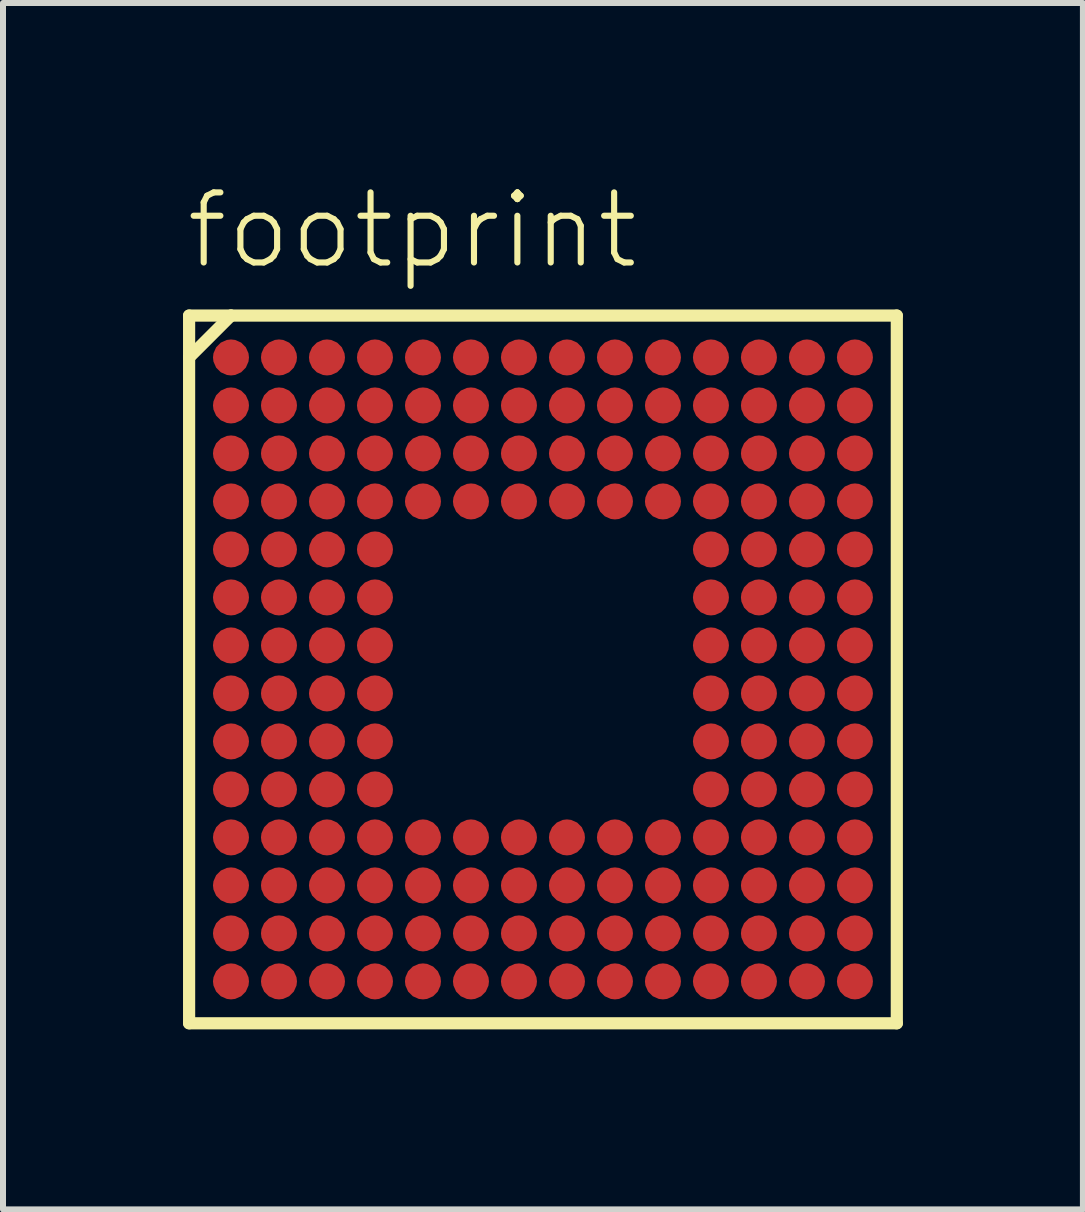
<source format=kicad_pcb>
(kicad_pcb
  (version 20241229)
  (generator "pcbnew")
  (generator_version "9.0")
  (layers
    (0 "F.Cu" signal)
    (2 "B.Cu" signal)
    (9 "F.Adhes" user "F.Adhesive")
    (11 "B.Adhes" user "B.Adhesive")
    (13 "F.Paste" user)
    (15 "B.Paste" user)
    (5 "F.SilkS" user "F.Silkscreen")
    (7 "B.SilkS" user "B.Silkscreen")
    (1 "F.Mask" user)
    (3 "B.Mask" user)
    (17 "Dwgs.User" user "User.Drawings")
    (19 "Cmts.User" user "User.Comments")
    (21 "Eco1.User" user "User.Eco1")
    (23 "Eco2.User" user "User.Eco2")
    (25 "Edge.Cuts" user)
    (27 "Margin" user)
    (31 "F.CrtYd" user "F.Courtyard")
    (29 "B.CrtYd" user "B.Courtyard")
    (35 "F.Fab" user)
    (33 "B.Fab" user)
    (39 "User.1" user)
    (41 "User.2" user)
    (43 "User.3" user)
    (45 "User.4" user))
  (footprint "footprint"
    (layer "F.Cu")
    (at 6 8.108)
    (property "Reference" "footprint" (at -6 -6.635 0) (layer "F.SilkS") (effects (font (size 1.168 1.168) (thickness 0.102)) (justify left bottom)))
    (fp_circle (center -5.2 -5.2) (end -5.05 -5.2) (stroke (width 0.3) (type solid)) (fill yes) (layer "F.Mask"))
    (fp_circle (center -5.2 -4.4) (end -5.05 -4.4) (stroke (width 0.3) (type solid)) (fill yes) (layer "F.Mask"))
    (fp_circle (center -5.2 -3.6) (end -5.05 -3.6) (stroke (width 0.3) (type solid)) (fill yes) (layer "F.Mask"))
    (fp_circle (center -5.2 -2.8) (end -5.05 -2.8) (stroke (width 0.3) (type solid)) (fill yes) (layer "F.Mask"))
    (fp_circle (center -5.2 -2) (end -5.05 -2) (stroke (width 0.3) (type solid)) (fill yes) (layer "F.Mask"))
    (fp_circle (center -5.2 -1.2) (end -5.05 -1.2) (stroke (width 0.3) (type solid)) (fill yes) (layer "F.Mask"))
    (fp_circle (center -5.2 -0.4) (end -5.05 -0.4) (stroke (width 0.3) (type solid)) (fill yes) (layer "F.Mask"))
    (fp_circle (center -5.2 0.4) (end -5.05 0.4) (stroke (width 0.3) (type solid)) (fill yes) (layer "F.Mask"))
    (fp_circle (center -5.2 1.2) (end -5.05 1.2) (stroke (width 0.3) (type solid)) (fill yes) (layer "F.Mask"))
    (fp_circle (center -5.2 2) (end -5.05 2) (stroke (width 0.3) (type solid)) (fill yes) (layer "F.Mask"))
    (fp_circle (center -5.2 2.8) (end -5.05 2.8) (stroke (width 0.3) (type solid)) (fill yes) (layer "F.Mask"))
    (fp_circle (center -5.2 3.6) (end -5.05 3.6) (stroke (width 0.3) (type solid)) (fill yes) (layer "F.Mask"))
    (fp_circle (center -5.2 4.4) (end -5.05 4.4) (stroke (width 0.3) (type solid)) (fill yes) (layer "F.Mask"))
    (fp_circle (center -5.2 5.2) (end -5.05 5.2) (stroke (width 0.3) (type solid)) (fill yes) (layer "F.Mask"))
    (fp_circle (center -4.4 -5.2) (end -4.25 -5.2) (stroke (width 0.3) (type solid)) (fill yes) (layer "F.Mask"))
    (fp_circle (center -4.4 -4.4) (end -4.25 -4.4) (stroke (width 0.3) (type solid)) (fill yes) (layer "F.Mask"))
    (fp_circle (center -4.4 -3.6) (end -4.25 -3.6) (stroke (width 0.3) (type solid)) (fill yes) (layer "F.Mask"))
    (fp_circle (center -4.4 -2.8) (end -4.25 -2.8) (stroke (width 0.3) (type solid)) (fill yes) (layer "F.Mask"))
    (fp_circle (center -4.4 -2) (end -4.25 -2) (stroke (width 0.3) (type solid)) (fill yes) (layer "F.Mask"))
    (fp_circle (center -4.4 -1.2) (end -4.25 -1.2) (stroke (width 0.3) (type solid)) (fill yes) (layer "F.Mask"))
    (fp_circle (center -4.4 -0.4) (end -4.25 -0.4) (stroke (width 0.3) (type solid)) (fill yes) (layer "F.Mask"))
    (fp_circle (center -4.4 0.4) (end -4.25 0.4) (stroke (width 0.3) (type solid)) (fill yes) (layer "F.Mask"))
    (fp_circle (center -4.4 1.2) (end -4.25 1.2) (stroke (width 0.3) (type solid)) (fill yes) (layer "F.Mask"))
    (fp_circle (center -4.4 2) (end -4.25 2) (stroke (width 0.3) (type solid)) (fill yes) (layer "F.Mask"))
    (fp_circle (center -4.4 2.8) (end -4.25 2.8) (stroke (width 0.3) (type solid)) (fill yes) (layer "F.Mask"))
    (fp_circle (center -4.4 3.6) (end -4.25 3.6) (stroke (width 0.3) (type solid)) (fill yes) (layer "F.Mask"))
    (fp_circle (center -4.4 4.4) (end -4.25 4.4) (stroke (width 0.3) (type solid)) (fill yes) (layer "F.Mask"))
    (fp_circle (center -4.4 5.2) (end -4.25 5.2) (stroke (width 0.3) (type solid)) (fill yes) (layer "F.Mask"))
    (fp_circle (center -3.6 -5.2) (end -3.45 -5.2) (stroke (width 0.3) (type solid)) (fill yes) (layer "F.Mask"))
    (fp_circle (center -3.6 -4.4) (end -3.45 -4.4) (stroke (width 0.3) (type solid)) (fill yes) (layer "F.Mask"))
    (fp_circle (center -3.6 -3.6) (end -3.45 -3.6) (stroke (width 0.3) (type solid)) (fill yes) (layer "F.Mask"))
    (fp_circle (center -3.6 -2.8) (end -3.45 -2.8) (stroke (width 0.3) (type solid)) (fill yes) (layer "F.Mask"))
    (fp_circle (center -3.6 -2) (end -3.45 -2) (stroke (width 0.3) (type solid)) (fill yes) (layer "F.Mask"))
    (fp_circle (center -3.6 -1.2) (end -3.45 -1.2) (stroke (width 0.3) (type solid)) (fill yes) (layer "F.Mask"))
    (fp_circle (center -3.6 -0.4) (end -3.45 -0.4) (stroke (width 0.3) (type solid)) (fill yes) (layer "F.Mask"))
    (fp_circle (center -3.6 0.4) (end -3.45 0.4) (stroke (width 0.3) (type solid)) (fill yes) (layer "F.Mask"))
    (fp_circle (center -3.6 1.2) (end -3.45 1.2) (stroke (width 0.3) (type solid)) (fill yes) (layer "F.Mask"))
    (fp_circle (center -3.6 2) (end -3.45 2) (stroke (width 0.3) (type solid)) (fill yes) (layer "F.Mask"))
    (fp_circle (center -3.6 2.8) (end -3.45 2.8) (stroke (width 0.3) (type solid)) (fill yes) (layer "F.Mask"))
    (fp_circle (center -3.6 3.6) (end -3.45 3.6) (stroke (width 0.3) (type solid)) (fill yes) (layer "F.Mask"))
    (fp_circle (center -3.6 4.4) (end -3.45 4.4) (stroke (width 0.3) (type solid)) (fill yes) (layer "F.Mask"))
    (fp_circle (center -3.6 5.2) (end -3.45 5.2) (stroke (width 0.3) (type solid)) (fill yes) (layer "F.Mask"))
    (fp_circle (center -2.8 -5.2) (end -2.65 -5.2) (stroke (width 0.3) (type solid)) (fill yes) (layer "F.Mask"))
    (fp_circle (center -2.8 -4.4) (end -2.65 -4.4) (stroke (width 0.3) (type solid)) (fill yes) (layer "F.Mask"))
    (fp_circle (center -2.8 -3.6) (end -2.65 -3.6) (stroke (width 0.3) (type solid)) (fill yes) (layer "F.Mask"))
    (fp_circle (center -2.8 -2.8) (end -2.65 -2.8) (stroke (width 0.3) (type solid)) (fill yes) (layer "F.Mask"))
    (fp_circle (center -2.8 -2) (end -2.65 -2) (stroke (width 0.3) (type solid)) (fill yes) (layer "F.Mask"))
    (fp_circle (center -2.8 -1.2) (end -2.65 -1.2) (stroke (width 0.3) (type solid)) (fill yes) (layer "F.Mask"))
    (fp_circle (center -2.8 -0.4) (end -2.65 -0.4) (stroke (width 0.3) (type solid)) (fill yes) (layer "F.Mask"))
    (fp_circle (center -2.8 0.4) (end -2.65 0.4) (stroke (width 0.3) (type solid)) (fill yes) (layer "F.Mask"))
    (fp_circle (center -2.8 1.2) (end -2.65 1.2) (stroke (width 0.3) (type solid)) (fill yes) (layer "F.Mask"))
    (fp_circle (center -2.8 2) (end -2.65 2) (stroke (width 0.3) (type solid)) (fill yes) (layer "F.Mask"))
    (fp_circle (center -2.8 2.8) (end -2.65 2.8) (stroke (width 0.3) (type solid)) (fill yes) (layer "F.Mask"))
    (fp_circle (center -2.8 3.6) (end -2.65 3.6) (stroke (width 0.3) (type solid)) (fill yes) (layer "F.Mask"))
    (fp_circle (center -2.8 4.4) (end -2.65 4.4) (stroke (width 0.3) (type solid)) (fill yes) (layer "F.Mask"))
    (fp_circle (center -2.8 5.2) (end -2.65 5.2) (stroke (width 0.3) (type solid)) (fill yes) (layer "F.Mask"))
    (fp_circle (center -2 -5.2) (end -1.85 -5.2) (stroke (width 0.3) (type solid)) (fill yes) (layer "F.Mask"))
    (fp_circle (center -2 -4.4) (end -1.85 -4.4) (stroke (width 0.3) (type solid)) (fill yes) (layer "F.Mask"))
    (fp_circle (center -2 -3.6) (end -1.85 -3.6) (stroke (width 0.3) (type solid)) (fill yes) (layer "F.Mask"))
    (fp_circle (center -2 -2.8) (end -1.85 -2.8) (stroke (width 0.3) (type solid)) (fill yes) (layer "F.Mask"))
    (fp_circle (center -2 2.8) (end -1.85 2.8) (stroke (width 0.3) (type solid)) (fill yes) (layer "F.Mask"))
    (fp_circle (center -2 3.6) (end -1.85 3.6) (stroke (width 0.3) (type solid)) (fill yes) (layer "F.Mask"))
    (fp_circle (center -2 4.4) (end -1.85 4.4) (stroke (width 0.3) (type solid)) (fill yes) (layer "F.Mask"))
    (fp_circle (center -2 5.2) (end -1.85 5.2) (stroke (width 0.3) (type solid)) (fill yes) (layer "F.Mask"))
    (fp_circle (center -1.2 -5.2) (end -1.05 -5.2) (stroke (width 0.3) (type solid)) (fill yes) (layer "F.Mask"))
    (fp_circle (center -1.2 -4.4) (end -1.05 -4.4) (stroke (width 0.3) (type solid)) (fill yes) (layer "F.Mask"))
    (fp_circle (center -1.2 -3.6) (end -1.05 -3.6) (stroke (width 0.3) (type solid)) (fill yes) (layer "F.Mask"))
    (fp_circle (center -1.2 -2.8) (end -1.05 -2.8) (stroke (width 0.3) (type solid)) (fill yes) (layer "F.Mask"))
    (fp_circle (center -1.2 2.8) (end -1.05 2.8) (stroke (width 0.3) (type solid)) (fill yes) (layer "F.Mask"))
    (fp_circle (center -1.2 3.6) (end -1.05 3.6) (stroke (width 0.3) (type solid)) (fill yes) (layer "F.Mask"))
    (fp_circle (center -1.2 4.4) (end -1.05 4.4) (stroke (width 0.3) (type solid)) (fill yes) (layer "F.Mask"))
    (fp_circle (center -1.2 5.2) (end -1.05 5.2) (stroke (width 0.3) (type solid)) (fill yes) (layer "F.Mask"))
    (fp_circle (center -0.4 -5.2) (end -0.25 -5.2) (stroke (width 0.3) (type solid)) (fill yes) (layer "F.Mask"))
    (fp_circle (center -0.4 -4.4) (end -0.25 -4.4) (stroke (width 0.3) (type solid)) (fill yes) (layer "F.Mask"))
    (fp_circle (center -0.4 -3.6) (end -0.25 -3.6) (stroke (width 0.3) (type solid)) (fill yes) (layer "F.Mask"))
    (fp_circle (center -0.4 -2.8) (end -0.25 -2.8) (stroke (width 0.3) (type solid)) (fill yes) (layer "F.Mask"))
    (fp_circle (center -0.4 2.8) (end -0.25 2.8) (stroke (width 0.3) (type solid)) (fill yes) (layer "F.Mask"))
    (fp_circle (center -0.4 3.6) (end -0.25 3.6) (stroke (width 0.3) (type solid)) (fill yes) (layer "F.Mask"))
    (fp_circle (center -0.4 4.4) (end -0.25 4.4) (stroke (width 0.3) (type solid)) (fill yes) (layer "F.Mask"))
    (fp_circle (center -0.4 5.2) (end -0.25 5.2) (stroke (width 0.3) (type solid)) (fill yes) (layer "F.Mask"))
    (fp_circle (center 0.4 -5.2) (end 0.55 -5.2) (stroke (width 0.3) (type solid)) (fill yes) (layer "F.Mask"))
    (fp_circle (center 0.4 -4.4) (end 0.55 -4.4) (stroke (width 0.3) (type solid)) (fill yes) (layer "F.Mask"))
    (fp_circle (center 0.4 -3.6) (end 0.55 -3.6) (stroke (width 0.3) (type solid)) (fill yes) (layer "F.Mask"))
    (fp_circle (center 0.4 -2.8) (end 0.55 -2.8) (stroke (width 0.3) (type solid)) (fill yes) (layer "F.Mask"))
    (fp_circle (center 0.4 2.8) (end 0.55 2.8) (stroke (width 0.3) (type solid)) (fill yes) (layer "F.Mask"))
    (fp_circle (center 0.4 3.6) (end 0.55 3.6) (stroke (width 0.3) (type solid)) (fill yes) (layer "F.Mask"))
    (fp_circle (center 0.4 4.4) (end 0.55 4.4) (stroke (width 0.3) (type solid)) (fill yes) (layer "F.Mask"))
    (fp_circle (center 0.4 5.2) (end 0.55 5.2) (stroke (width 0.3) (type solid)) (fill yes) (layer "F.Mask"))
    (fp_circle (center 1.2 -5.2) (end 1.35 -5.2) (stroke (width 0.3) (type solid)) (fill yes) (layer "F.Mask"))
    (fp_circle (center 1.2 -4.4) (end 1.35 -4.4) (stroke (width 0.3) (type solid)) (fill yes) (layer "F.Mask"))
    (fp_circle (center 1.2 -3.6) (end 1.35 -3.6) (stroke (width 0.3) (type solid)) (fill yes) (layer "F.Mask"))
    (fp_circle (center 1.2 -2.8) (end 1.35 -2.8) (stroke (width 0.3) (type solid)) (fill yes) (layer "F.Mask"))
    (fp_circle (center 1.2 2.8) (end 1.35 2.8) (stroke (width 0.3) (type solid)) (fill yes) (layer "F.Mask"))
    (fp_circle (center 1.2 3.6) (end 1.35 3.6) (stroke (width 0.3) (type solid)) (fill yes) (layer "F.Mask"))
    (fp_circle (center 1.2 4.4) (end 1.35 4.4) (stroke (width 0.3) (type solid)) (fill yes) (layer "F.Mask"))
    (fp_circle (center 1.2 5.2) (end 1.35 5.2) (stroke (width 0.3) (type solid)) (fill yes) (layer "F.Mask"))
    (fp_circle (center 2 -5.2) (end 2.15 -5.2) (stroke (width 0.3) (type solid)) (fill yes) (layer "F.Mask"))
    (fp_circle (center 2 -4.4) (end 2.15 -4.4) (stroke (width 0.3) (type solid)) (fill yes) (layer "F.Mask"))
    (fp_circle (center 2 -3.6) (end 2.15 -3.6) (stroke (width 0.3) (type solid)) (fill yes) (layer "F.Mask"))
    (fp_circle (center 2 -2.8) (end 2.15 -2.8) (stroke (width 0.3) (type solid)) (fill yes) (layer "F.Mask"))
    (fp_circle (center 2 2.8) (end 2.15 2.8) (stroke (width 0.3) (type solid)) (fill yes) (layer "F.Mask"))
    (fp_circle (center 2 3.6) (end 2.15 3.6) (stroke (width 0.3) (type solid)) (fill yes) (layer "F.Mask"))
    (fp_circle (center 2 4.4) (end 2.15 4.4) (stroke (width 0.3) (type solid)) (fill yes) (layer "F.Mask"))
    (fp_circle (center 2 5.2) (end 2.15 5.2) (stroke (width 0.3) (type solid)) (fill yes) (layer "F.Mask"))
    (fp_circle (center 2.8 -5.2) (end 2.95 -5.2) (stroke (width 0.3) (type solid)) (fill yes) (layer "F.Mask"))
    (fp_circle (center 2.8 -4.4) (end 2.95 -4.4) (stroke (width 0.3) (type solid)) (fill yes) (layer "F.Mask"))
    (fp_circle (center 2.8 -3.6) (end 2.95 -3.6) (stroke (width 0.3) (type solid)) (fill yes) (layer "F.Mask"))
    (fp_circle (center 2.8 -2.8) (end 2.95 -2.8) (stroke (width 0.3) (type solid)) (fill yes) (layer "F.Mask"))
    (fp_circle (center 2.8 -2) (end 2.95 -2) (stroke (width 0.3) (type solid)) (fill yes) (layer "F.Mask"))
    (fp_circle (center 2.8 -1.2) (end 2.95 -1.2) (stroke (width 0.3) (type solid)) (fill yes) (layer "F.Mask"))
    (fp_circle (center 2.8 -0.4) (end 2.95 -0.4) (stroke (width 0.3) (type solid)) (fill yes) (layer "F.Mask"))
    (fp_circle (center 2.8 0.4) (end 2.95 0.4) (stroke (width 0.3) (type solid)) (fill yes) (layer "F.Mask"))
    (fp_circle (center 2.8 1.2) (end 2.95 1.2) (stroke (width 0.3) (type solid)) (fill yes) (layer "F.Mask"))
    (fp_circle (center 2.8 2) (end 2.95 2) (stroke (width 0.3) (type solid)) (fill yes) (layer "F.Mask"))
    (fp_circle (center 2.8 2.8) (end 2.95 2.8) (stroke (width 0.3) (type solid)) (fill yes) (layer "F.Mask"))
    (fp_circle (center 2.8 3.6) (end 2.95 3.6) (stroke (width 0.3) (type solid)) (fill yes) (layer "F.Mask"))
    (fp_circle (center 2.8 4.4) (end 2.95 4.4) (stroke (width 0.3) (type solid)) (fill yes) (layer "F.Mask"))
    (fp_circle (center 2.8 5.2) (end 2.95 5.2) (stroke (width 0.3) (type solid)) (fill yes) (layer "F.Mask"))
    (fp_circle (center 3.6 -5.2) (end 3.75 -5.2) (stroke (width 0.3) (type solid)) (fill yes) (layer "F.Mask"))
    (fp_circle (center 3.6 -4.4) (end 3.75 -4.4) (stroke (width 0.3) (type solid)) (fill yes) (layer "F.Mask"))
    (fp_circle (center 3.6 -3.6) (end 3.75 -3.6) (stroke (width 0.3) (type solid)) (fill yes) (layer "F.Mask"))
    (fp_circle (center 3.6 -2.8) (end 3.75 -2.8) (stroke (width 0.3) (type solid)) (fill yes) (layer "F.Mask"))
    (fp_circle (center 3.6 -2) (end 3.75 -2) (stroke (width 0.3) (type solid)) (fill yes) (layer "F.Mask"))
    (fp_circle (center 3.6 -1.2) (end 3.75 -1.2) (stroke (width 0.3) (type solid)) (fill yes) (layer "F.Mask"))
    (fp_circle (center 3.6 -0.4) (end 3.75 -0.4) (stroke (width 0.3) (type solid)) (fill yes) (layer "F.Mask"))
    (fp_circle (center 3.6 0.4) (end 3.75 0.4) (stroke (width 0.3) (type solid)) (fill yes) (layer "F.Mask"))
    (fp_circle (center 3.6 1.2) (end 3.75 1.2) (stroke (width 0.3) (type solid)) (fill yes) (layer "F.Mask"))
    (fp_circle (center 3.6 2) (end 3.75 2) (stroke (width 0.3) (type solid)) (fill yes) (layer "F.Mask"))
    (fp_circle (center 3.6 2.8) (end 3.75 2.8) (stroke (width 0.3) (type solid)) (fill yes) (layer "F.Mask"))
    (fp_circle (center 3.6 3.6) (end 3.75 3.6) (stroke (width 0.3) (type solid)) (fill yes) (layer "F.Mask"))
    (fp_circle (center 3.6 4.4) (end 3.75 4.4) (stroke (width 0.3) (type solid)) (fill yes) (layer "F.Mask"))
    (fp_circle (center 3.6 5.2) (end 3.75 5.2) (stroke (width 0.3) (type solid)) (fill yes) (layer "F.Mask"))
    (fp_circle (center 4.4 -5.2) (end 4.55 -5.2) (stroke (width 0.3) (type solid)) (fill yes) (layer "F.Mask"))
    (fp_circle (center 4.4 -4.4) (end 4.55 -4.4) (stroke (width 0.3) (type solid)) (fill yes) (layer "F.Mask"))
    (fp_circle (center 4.4 -3.6) (end 4.55 -3.6) (stroke (width 0.3) (type solid)) (fill yes) (layer "F.Mask"))
    (fp_circle (center 4.4 -2.8) (end 4.55 -2.8) (stroke (width 0.3) (type solid)) (fill yes) (layer "F.Mask"))
    (fp_circle (center 4.4 -2) (end 4.55 -2) (stroke (width 0.3) (type solid)) (fill yes) (layer "F.Mask"))
    (fp_circle (center 4.4 -1.2) (end 4.55 -1.2) (stroke (width 0.3) (type solid)) (fill yes) (layer "F.Mask"))
    (fp_circle (center 4.4 -0.4) (end 4.55 -0.4) (stroke (width 0.3) (type solid)) (fill yes) (layer "F.Mask"))
    (fp_circle (center 4.4 0.4) (end 4.55 0.4) (stroke (width 0.3) (type solid)) (fill yes) (layer "F.Mask"))
    (fp_circle (center 4.4 1.2) (end 4.55 1.2) (stroke (width 0.3) (type solid)) (fill yes) (layer "F.Mask"))
    (fp_circle (center 4.4 2) (end 4.55 2) (stroke (width 0.3) (type solid)) (fill yes) (layer "F.Mask"))
    (fp_circle (center 4.4 2.8) (end 4.55 2.8) (stroke (width 0.3) (type solid)) (fill yes) (layer "F.Mask"))
    (fp_circle (center 4.4 3.6) (end 4.55 3.6) (stroke (width 0.3) (type solid)) (fill yes) (layer "F.Mask"))
    (fp_circle (center 4.4 4.4) (end 4.55 4.4) (stroke (width 0.3) (type solid)) (fill yes) (layer "F.Mask"))
    (fp_circle (center 4.4 5.2) (end 4.55 5.2) (stroke (width 0.3) (type solid)) (fill yes) (layer "F.Mask"))
    (fp_circle (center 5.2 -5.2) (end 5.35 -5.2) (stroke (width 0.3) (type solid)) (fill yes) (layer "F.Mask"))
    (fp_circle (center 5.2 -4.4) (end 5.35 -4.4) (stroke (width 0.3) (type solid)) (fill yes) (layer "F.Mask"))
    (fp_circle (center 5.2 -3.6) (end 5.35 -3.6) (stroke (width 0.3) (type solid)) (fill yes) (layer "F.Mask"))
    (fp_circle (center 5.2 -2.8) (end 5.35 -2.8) (stroke (width 0.3) (type solid)) (fill yes) (layer "F.Mask"))
    (fp_circle (center 5.2 -2) (end 5.35 -2) (stroke (width 0.3) (type solid)) (fill yes) (layer "F.Mask"))
    (fp_circle (center 5.2 -1.2) (end 5.35 -1.2) (stroke (width 0.3) (type solid)) (fill yes) (layer "F.Mask"))
    (fp_circle (center 5.2 -0.4) (end 5.35 -0.4) (stroke (width 0.3) (type solid)) (fill yes) (layer "F.Mask"))
    (fp_circle (center 5.2 0.4) (end 5.35 0.4) (stroke (width 0.3) (type solid)) (fill yes) (layer "F.Mask"))
    (fp_circle (center 5.2 1.2) (end 5.35 1.2) (stroke (width 0.3) (type solid)) (fill yes) (layer "F.Mask"))
    (fp_circle (center 5.2 2) (end 5.35 2) (stroke (width 0.3) (type solid)) (fill yes) (layer "F.Mask"))
    (fp_circle (center 5.2 2.8) (end 5.35 2.8) (stroke (width 0.3) (type solid)) (fill yes) (layer "F.Mask"))
    (fp_circle (center 5.2 3.6) (end 5.35 3.6) (stroke (width 0.3) (type solid)) (fill yes) (layer "F.Mask"))
    (fp_circle (center 5.2 4.4) (end 5.35 4.4) (stroke (width 0.3) (type solid)) (fill yes) (layer "F.Mask"))
    (fp_circle (center 5.2 5.2) (end 5.35 5.2) (stroke (width 0.3) (type solid)) (fill yes) (layer "F.Mask"))
    (fp_line (start -5.898 -5.898) (end -5.898 -5.2) (stroke (width 0.203) (type solid)) (layer "F.SilkS"))
    (fp_line (start -5.898 -5.2) (end -5.898 5.898) (stroke (width 0.203) (type solid)) (layer "F.SilkS"))
    (fp_line (start -5.898 -5.2) (end -5.2 -5.898) (stroke (width 0.203) (type solid)) (layer "F.SilkS"))
    (fp_line (start -5.898 5.898) (end 5.898 5.898) (stroke (width 0.203) (type solid)) (layer "F.SilkS"))
    (fp_line (start -5.2 -5.898) (end -5.898 -5.898) (stroke (width 0.203) (type solid)) (layer "F.SilkS"))
    (fp_line (start 5.898 -5.898) (end -5.2 -5.898) (stroke (width 0.203) (type solid)) (layer "F.SilkS"))
    (fp_line (start 5.898 5.898) (end 5.898 -5.898) (stroke (width 0.203) (type solid)) (layer "F.SilkS"))
    (pad "A1" smd roundrect (at -5.2 -5.2) (size 0.6 0.6) (layers "F.Cu") (roundrect_rratio 0.5))
    (pad "A2" smd roundrect (at -4.4 -5.2) (size 0.6 0.6) (layers "F.Cu") (roundrect_rratio 0.5))
    (pad "A3" smd roundrect (at -3.6 -5.2) (size 0.6 0.6) (layers "F.Cu") (roundrect_rratio 0.5))
    (pad "A4" smd roundrect (at -2.8 -5.2) (size 0.6 0.6) (layers "F.Cu") (roundrect_rratio 0.5))
    (pad "A5" smd roundrect (at -2 -5.2) (size 0.6 0.6) (layers "F.Cu") (roundrect_rratio 0.5))
    (pad "A6" smd roundrect (at -1.2 -5.2) (size 0.6 0.6) (layers "F.Cu") (roundrect_rratio 0.5))
    (pad "A7" smd roundrect (at -0.4 -5.2) (size 0.6 0.6) (layers "F.Cu") (roundrect_rratio 0.5))
    (pad "A8" smd roundrect (at 0.4 -5.2) (size 0.6 0.6) (layers "F.Cu") (roundrect_rratio 0.5))
    (pad "A9" smd roundrect (at 1.2 -5.2) (size 0.6 0.6) (layers "F.Cu") (roundrect_rratio 0.5))
    (pad "A10" smd roundrect (at 2 -5.2) (size 0.6 0.6) (layers "F.Cu") (roundrect_rratio 0.5))
    (pad "A11" smd roundrect (at 2.8 -5.2) (size 0.6 0.6) (layers "F.Cu") (roundrect_rratio 0.5))
    (pad "A12" smd roundrect (at 3.6 -5.2) (size 0.6 0.6) (layers "F.Cu") (roundrect_rratio 0.5))
    (pad "A13" smd roundrect (at 4.4 -5.2) (size 0.6 0.6) (layers "F.Cu") (roundrect_rratio 0.5))
    (pad "A14" smd roundrect (at 5.2 -5.2) (size 0.6 0.6) (layers "F.Cu") (roundrect_rratio 0.5))
    (pad "B1" smd roundrect (at -5.2 -4.4) (size 0.6 0.6) (layers "F.Cu") (roundrect_rratio 0.5))
    (pad "B2" smd roundrect (at -4.4 -4.4) (size 0.6 0.6) (layers "F.Cu") (roundrect_rratio 0.5))
    (pad "B3" smd roundrect (at -3.6 -4.4) (size 0.6 0.6) (layers "F.Cu") (roundrect_rratio 0.5))
    (pad "B4" smd roundrect (at -2.8 -4.4) (size 0.6 0.6) (layers "F.Cu") (roundrect_rratio 0.5))
    (pad "B5" smd roundrect (at -2 -4.4) (size 0.6 0.6) (layers "F.Cu") (roundrect_rratio 0.5))
    (pad "B6" smd roundrect (at -1.2 -4.4) (size 0.6 0.6) (layers "F.Cu") (roundrect_rratio 0.5))
    (pad "B7" smd roundrect (at -0.4 -4.4) (size 0.6 0.6) (layers "F.Cu") (roundrect_rratio 0.5))
    (pad "B8" smd roundrect (at 0.4 -4.4) (size 0.6 0.6) (layers "F.Cu") (roundrect_rratio 0.5))
    (pad "B9" smd roundrect (at 1.2 -4.4) (size 0.6 0.6) (layers "F.Cu") (roundrect_rratio 0.5))
    (pad "B10" smd roundrect (at 2 -4.4) (size 0.6 0.6) (layers "F.Cu") (roundrect_rratio 0.5))
    (pad "B11" smd roundrect (at 2.8 -4.4) (size 0.6 0.6) (layers "F.Cu") (roundrect_rratio 0.5))
    (pad "B12" smd roundrect (at 3.6 -4.4) (size 0.6 0.6) (layers "F.Cu") (roundrect_rratio 0.5))
    (pad "B13" smd roundrect (at 4.4 -4.4) (size 0.6 0.6) (layers "F.Cu") (roundrect_rratio 0.5))
    (pad "B14" smd roundrect (at 5.2 -4.4) (size 0.6 0.6) (layers "F.Cu") (roundrect_rratio 0.5))
    (pad "C1" smd roundrect (at -5.2 -3.6) (size 0.6 0.6) (layers "F.Cu") (roundrect_rratio 0.5))
    (pad "C2" smd roundrect (at -4.4 -3.6) (size 0.6 0.6) (layers "F.Cu") (roundrect_rratio 0.5))
    (pad "C3" smd roundrect (at -3.6 -3.6) (size 0.6 0.6) (layers "F.Cu") (roundrect_rratio 0.5))
    (pad "C4" smd roundrect (at -2.8 -3.6) (size 0.6 0.6) (layers "F.Cu") (roundrect_rratio 0.5))
    (pad "C5" smd roundrect (at -2 -3.6) (size 0.6 0.6) (layers "F.Cu") (roundrect_rratio 0.5))
    (pad "C6" smd roundrect (at -1.2 -3.6) (size 0.6 0.6) (layers "F.Cu") (roundrect_rratio 0.5))
    (pad "C7" smd roundrect (at -0.4 -3.6) (size 0.6 0.6) (layers "F.Cu") (roundrect_rratio 0.5))
    (pad "C8" smd roundrect (at 0.4 -3.6) (size 0.6 0.6) (layers "F.Cu") (roundrect_rratio 0.5))
    (pad "C9" smd roundrect (at 1.2 -3.6) (size 0.6 0.6) (layers "F.Cu") (roundrect_rratio 0.5))
    (pad "C10" smd roundrect (at 2 -3.6) (size 0.6 0.6) (layers "F.Cu") (roundrect_rratio 0.5))
    (pad "C11" smd roundrect (at 2.8 -3.6) (size 0.6 0.6) (layers "F.Cu") (roundrect_rratio 0.5))
    (pad "C12" smd roundrect (at 3.6 -3.6) (size 0.6 0.6) (layers "F.Cu") (roundrect_rratio 0.5))
    (pad "C13" smd roundrect (at 4.4 -3.6) (size 0.6 0.6) (layers "F.Cu") (roundrect_rratio 0.5))
    (pad "C14" smd roundrect (at 5.2 -3.6) (size 0.6 0.6) (layers "F.Cu") (roundrect_rratio 0.5))
    (pad "D1" smd roundrect (at -5.2 -2.8) (size 0.6 0.6) (layers "F.Cu") (roundrect_rratio 0.5))
    (pad "D2" smd roundrect (at -4.4 -2.8) (size 0.6 0.6) (layers "F.Cu") (roundrect_rratio 0.5))
    (pad "D3" smd roundrect (at -3.6 -2.8) (size 0.6 0.6) (layers "F.Cu") (roundrect_rratio 0.5))
    (pad "D4" smd roundrect (at -2.8 -2.8) (size 0.6 0.6) (layers "F.Cu") (roundrect_rratio 0.5))
    (pad "D5" smd roundrect (at -2 -2.8) (size 0.6 0.6) (layers "F.Cu") (roundrect_rratio 0.5))
    (pad "D6" smd roundrect (at -1.2 -2.8) (size 0.6 0.6) (layers "F.Cu") (roundrect_rratio 0.5))
    (pad "D7" smd roundrect (at -0.4 -2.8) (size 0.6 0.6) (layers "F.Cu") (roundrect_rratio 0.5))
    (pad "D8" smd roundrect (at 0.4 -2.8) (size 0.6 0.6) (layers "F.Cu") (roundrect_rratio 0.5))
    (pad "D9" smd roundrect (at 1.2 -2.8) (size 0.6 0.6) (layers "F.Cu") (roundrect_rratio 0.5))
    (pad "D10" smd roundrect (at 2 -2.8) (size 0.6 0.6) (layers "F.Cu") (roundrect_rratio 0.5))
    (pad "D11" smd roundrect (at 2.8 -2.8) (size 0.6 0.6) (layers "F.Cu") (roundrect_rratio 0.5))
    (pad "D12" smd roundrect (at 3.6 -2.8) (size 0.6 0.6) (layers "F.Cu") (roundrect_rratio 0.5))
    (pad "D13" smd roundrect (at 4.4 -2.8) (size 0.6 0.6) (layers "F.Cu") (roundrect_rratio 0.5))
    (pad "D14" smd roundrect (at 5.2 -2.8) (size 0.6 0.6) (layers "F.Cu") (roundrect_rratio 0.5))
    (pad "E1" smd roundrect (at -5.2 -2) (size 0.6 0.6) (layers "F.Cu") (roundrect_rratio 0.5))
    (pad "E2" smd roundrect (at -4.4 -2) (size 0.6 0.6) (layers "F.Cu") (roundrect_rratio 0.5))
    (pad "E3" smd roundrect (at -3.6 -2) (size 0.6 0.6) (layers "F.Cu") (roundrect_rratio 0.5))
    (pad "E4" smd roundrect (at -2.8 -2) (size 0.6 0.6) (layers "F.Cu") (roundrect_rratio 0.5))
    (pad "E11" smd roundrect (at 2.8 -2) (size 0.6 0.6) (layers "F.Cu") (roundrect_rratio 0.5))
    (pad "E12" smd roundrect (at 3.6 -2) (size 0.6 0.6) (layers "F.Cu") (roundrect_rratio 0.5))
    (pad "E13" smd roundrect (at 4.4 -2) (size 0.6 0.6) (layers "F.Cu") (roundrect_rratio 0.5))
    (pad "E14" smd roundrect (at 5.2 -2) (size 0.6 0.6) (layers "F.Cu") (roundrect_rratio 0.5))
    (pad "F1" smd roundrect (at -5.2 -1.2) (size 0.6 0.6) (layers "F.Cu") (roundrect_rratio 0.5))
    (pad "F2" smd roundrect (at -4.4 -1.2) (size 0.6 0.6) (layers "F.Cu") (roundrect_rratio 0.5))
    (pad "F3" smd roundrect (at -3.6 -1.2) (size 0.6 0.6) (layers "F.Cu") (roundrect_rratio 0.5))
    (pad "F4" smd roundrect (at -2.8 -1.2) (size 0.6 0.6) (layers "F.Cu") (roundrect_rratio 0.5))
    (pad "F11" smd roundrect (at 2.8 -1.2) (size 0.6 0.6) (layers "F.Cu") (roundrect_rratio 0.5))
    (pad "F12" smd roundrect (at 3.6 -1.2) (size 0.6 0.6) (layers "F.Cu") (roundrect_rratio 0.5))
    (pad "F13" smd roundrect (at 4.4 -1.2) (size 0.6 0.6) (layers "F.Cu") (roundrect_rratio 0.5))
    (pad "F14" smd roundrect (at 5.2 -1.2) (size 0.6 0.6) (layers "F.Cu") (roundrect_rratio 0.5))
    (pad "G1" smd roundrect (at -5.2 -0.4) (size 0.6 0.6) (layers "F.Cu") (roundrect_rratio 0.5))
    (pad "G2" smd roundrect (at -4.4 -0.4) (size 0.6 0.6) (layers "F.Cu") (roundrect_rratio 0.5))
    (pad "G3" smd roundrect (at -3.6 -0.4) (size 0.6 0.6) (layers "F.Cu") (roundrect_rratio 0.5))
    (pad "G4" smd roundrect (at -2.8 -0.4) (size 0.6 0.6) (layers "F.Cu") (roundrect_rratio 0.5))
    (pad "G11" smd roundrect (at 2.8 -0.4) (size 0.6 0.6) (layers "F.Cu") (roundrect_rratio 0.5))
    (pad "G12" smd roundrect (at 3.6 -0.4) (size 0.6 0.6) (layers "F.Cu") (roundrect_rratio 0.5))
    (pad "G13" smd roundrect (at 4.4 -0.4) (size 0.6 0.6) (layers "F.Cu") (roundrect_rratio 0.5))
    (pad "G14" smd roundrect (at 5.2 -0.4) (size 0.6 0.6) (layers "F.Cu") (roundrect_rratio 0.5))
    (pad "H1" smd roundrect (at -5.2 0.4) (size 0.6 0.6) (layers "F.Cu") (roundrect_rratio 0.5))
    (pad "H2" smd roundrect (at -4.4 0.4) (size 0.6 0.6) (layers "F.Cu") (roundrect_rratio 0.5))
    (pad "H3" smd roundrect (at -3.6 0.4) (size 0.6 0.6) (layers "F.Cu") (roundrect_rratio 0.5))
    (pad "H4" smd roundrect (at -2.8 0.4) (size 0.6 0.6) (layers "F.Cu") (roundrect_rratio 0.5))
    (pad "H11" smd roundrect (at 2.8 0.4) (size 0.6 0.6) (layers "F.Cu") (roundrect_rratio 0.5))
    (pad "H12" smd roundrect (at 3.6 0.4) (size 0.6 0.6) (layers "F.Cu") (roundrect_rratio 0.5))
    (pad "H13" smd roundrect (at 4.4 0.4) (size 0.6 0.6) (layers "F.Cu") (roundrect_rratio 0.5))
    (pad "H14" smd roundrect (at 5.2 0.4) (size 0.6 0.6) (layers "F.Cu") (roundrect_rratio 0.5))
    (pad "J1" smd roundrect (at -5.2 1.2) (size 0.6 0.6) (layers "F.Cu") (roundrect_rratio 0.5))
    (pad "J2" smd roundrect (at -4.4 1.2) (size 0.6 0.6) (layers "F.Cu") (roundrect_rratio 0.5))
    (pad "J3" smd roundrect (at -3.6 1.2) (size 0.6 0.6) (layers "F.Cu") (roundrect_rratio 0.5))
    (pad "J4" smd roundrect (at -2.8 1.2) (size 0.6 0.6) (layers "F.Cu") (roundrect_rratio 0.5))
    (pad "J11" smd roundrect (at 2.8 1.2) (size 0.6 0.6) (layers "F.Cu") (roundrect_rratio 0.5))
    (pad "J12" smd roundrect (at 3.6 1.2) (size 0.6 0.6) (layers "F.Cu") (roundrect_rratio 0.5))
    (pad "J13" smd roundrect (at 4.4 1.2) (size 0.6 0.6) (layers "F.Cu") (roundrect_rratio 0.5))
    (pad "J14" smd roundrect (at 5.2 1.2) (size 0.6 0.6) (layers "F.Cu") (roundrect_rratio 0.5))
    (pad "K1" smd roundrect (at -5.2 2) (size 0.6 0.6) (layers "F.Cu") (roundrect_rratio 0.5))
    (pad "K2" smd roundrect (at -4.4 2) (size 0.6 0.6) (layers "F.Cu") (roundrect_rratio 0.5))
    (pad "K3" smd roundrect (at -3.6 2) (size 0.6 0.6) (layers "F.Cu") (roundrect_rratio 0.5))
    (pad "K4" smd roundrect (at -2.8 2) (size 0.6 0.6) (layers "F.Cu") (roundrect_rratio 0.5))
    (pad "K11" smd roundrect (at 2.8 2) (size 0.6 0.6) (layers "F.Cu") (roundrect_rratio 0.5))
    (pad "K12" smd roundrect (at 3.6 2) (size 0.6 0.6) (layers "F.Cu") (roundrect_rratio 0.5))
    (pad "K13" smd roundrect (at 4.4 2) (size 0.6 0.6) (layers "F.Cu") (roundrect_rratio 0.5))
    (pad "K14" smd roundrect (at 5.2 2) (size 0.6 0.6) (layers "F.Cu") (roundrect_rratio 0.5))
    (pad "L1" smd roundrect (at -5.2 2.8) (size 0.6 0.6) (layers "F.Cu") (roundrect_rratio 0.5))
    (pad "L2" smd roundrect (at -4.4 2.8) (size 0.6 0.6) (layers "F.Cu") (roundrect_rratio 0.5))
    (pad "L3" smd roundrect (at -3.6 2.8) (size 0.6 0.6) (layers "F.Cu") (roundrect_rratio 0.5))
    (pad "L4" smd roundrect (at -2.8 2.8) (size 0.6 0.6) (layers "F.Cu") (roundrect_rratio 0.5))
    (pad "L5" smd roundrect (at -2 2.8) (size 0.6 0.6) (layers "F.Cu") (roundrect_rratio 0.5))
    (pad "L6" smd roundrect (at -1.2 2.8) (size 0.6 0.6) (layers "F.Cu") (roundrect_rratio 0.5))
    (pad "L7" smd roundrect (at -0.4 2.8) (size 0.6 0.6) (layers "F.Cu") (roundrect_rratio 0.5))
    (pad "L8" smd roundrect (at 0.4 2.8) (size 0.6 0.6) (layers "F.Cu") (roundrect_rratio 0.5))
    (pad "L9" smd roundrect (at 1.2 2.8) (size 0.6 0.6) (layers "F.Cu") (roundrect_rratio 0.5))
    (pad "L10" smd roundrect (at 2 2.8) (size 0.6 0.6) (layers "F.Cu") (roundrect_rratio 0.5))
    (pad "L11" smd roundrect (at 2.8 2.8) (size 0.6 0.6) (layers "F.Cu") (roundrect_rratio 0.5))
    (pad "L12" smd roundrect (at 3.6 2.8) (size 0.6 0.6) (layers "F.Cu") (roundrect_rratio 0.5))
    (pad "L13" smd roundrect (at 4.4 2.8) (size 0.6 0.6) (layers "F.Cu") (roundrect_rratio 0.5))
    (pad "L14" smd roundrect (at 5.2 2.8) (size 0.6 0.6) (layers "F.Cu") (roundrect_rratio 0.5))
    (pad "M1" smd roundrect (at -5.2 3.6) (size 0.6 0.6) (layers "F.Cu") (roundrect_rratio 0.5))
    (pad "M2" smd roundrect (at -4.4 3.6) (size 0.6 0.6) (layers "F.Cu") (roundrect_rratio 0.5))
    (pad "M3" smd roundrect (at -3.6 3.6) (size 0.6 0.6) (layers "F.Cu") (roundrect_rratio 0.5))
    (pad "M4" smd roundrect (at -2.8 3.6) (size 0.6 0.6) (layers "F.Cu") (roundrect_rratio 0.5))
    (pad "M5" smd roundrect (at -2 3.6) (size 0.6 0.6) (layers "F.Cu") (roundrect_rratio 0.5))
    (pad "M6" smd roundrect (at -1.2 3.6) (size 0.6 0.6) (layers "F.Cu") (roundrect_rratio 0.5))
    (pad "M7" smd roundrect (at -0.4 3.6) (size 0.6 0.6) (layers "F.Cu") (roundrect_rratio 0.5))
    (pad "M8" smd roundrect (at 0.4 3.6) (size 0.6 0.6) (layers "F.Cu") (roundrect_rratio 0.5))
    (pad "M9" smd roundrect (at 1.2 3.6) (size 0.6 0.6) (layers "F.Cu") (roundrect_rratio 0.5))
    (pad "M10" smd roundrect (at 2 3.6) (size 0.6 0.6) (layers "F.Cu") (roundrect_rratio 0.5))
    (pad "M11" smd roundrect (at 2.8 3.6) (size 0.6 0.6) (layers "F.Cu") (roundrect_rratio 0.5))
    (pad "M12" smd roundrect (at 3.6 3.6) (size 0.6 0.6) (layers "F.Cu") (roundrect_rratio 0.5))
    (pad "M13" smd roundrect (at 4.4 3.6) (size 0.6 0.6) (layers "F.Cu") (roundrect_rratio 0.5))
    (pad "M14" smd roundrect (at 5.2 3.6) (size 0.6 0.6) (layers "F.Cu") (roundrect_rratio 0.5))
    (pad "N1" smd roundrect (at -5.2 4.4) (size 0.6 0.6) (layers "F.Cu") (roundrect_rratio 0.5))
    (pad "N2" smd roundrect (at -4.4 4.4) (size 0.6 0.6) (layers "F.Cu") (roundrect_rratio 0.5))
    (pad "N3" smd roundrect (at -3.6 4.4) (size 0.6 0.6) (layers "F.Cu") (roundrect_rratio 0.5))
    (pad "N4" smd roundrect (at -2.8 4.4) (size 0.6 0.6) (layers "F.Cu") (roundrect_rratio 0.5))
    (pad "N5" smd roundrect (at -2 4.4) (size 0.6 0.6) (layers "F.Cu") (roundrect_rratio 0.5))
    (pad "N6" smd roundrect (at -1.2 4.4) (size 0.6 0.6) (layers "F.Cu") (roundrect_rratio 0.5))
    (pad "N7" smd roundrect (at -0.4 4.4) (size 0.6 0.6) (layers "F.Cu") (roundrect_rratio 0.5))
    (pad "N8" smd roundrect (at 0.4 4.4) (size 0.6 0.6) (layers "F.Cu") (roundrect_rratio 0.5))
    (pad "N9" smd roundrect (at 1.2 4.4) (size 0.6 0.6) (layers "F.Cu") (roundrect_rratio 0.5))
    (pad "N10" smd roundrect (at 2 4.4) (size 0.6 0.6) (layers "F.Cu") (roundrect_rratio 0.5))
    (pad "N11" smd roundrect (at 2.8 4.4) (size 0.6 0.6) (layers "F.Cu") (roundrect_rratio 0.5))
    (pad "N12" smd roundrect (at 3.6 4.4) (size 0.6 0.6) (layers "F.Cu") (roundrect_rratio 0.5))
    (pad "N13" smd roundrect (at 4.4 4.4) (size 0.6 0.6) (layers "F.Cu") (roundrect_rratio 0.5))
    (pad "N14" smd roundrect (at 5.2 4.4) (size 0.6 0.6) (layers "F.Cu") (roundrect_rratio 0.5))
    (pad "P1" smd roundrect (at -5.2 5.2) (size 0.6 0.6) (layers "F.Cu") (roundrect_rratio 0.5))
    (pad "P2" smd roundrect (at -4.4 5.2) (size 0.6 0.6) (layers "F.Cu") (roundrect_rratio 0.5))
    (pad "P3" smd roundrect (at -3.6 5.2) (size 0.6 0.6) (layers "F.Cu") (roundrect_rratio 0.5))
    (pad "P4" smd roundrect (at -2.8 5.2) (size 0.6 0.6) (layers "F.Cu") (roundrect_rratio 0.5))
    (pad "P5" smd roundrect (at -2 5.2) (size 0.6 0.6) (layers "F.Cu") (roundrect_rratio 0.5))
    (pad "P6" smd roundrect (at -1.2 5.2) (size 0.6 0.6) (layers "F.Cu") (roundrect_rratio 0.5))
    (pad "P7" smd roundrect (at -0.4 5.2) (size 0.6 0.6) (layers "F.Cu") (roundrect_rratio 0.5))
    (pad "P8" smd roundrect (at 0.4 5.2) (size 0.6 0.6) (layers "F.Cu") (roundrect_rratio 0.5))
    (pad "P9" smd roundrect (at 1.2 5.2) (size 0.6 0.6) (layers "F.Cu") (roundrect_rratio 0.5))
    (pad "P10" smd roundrect (at 2 5.2) (size 0.6 0.6) (layers "F.Cu") (roundrect_rratio 0.5))
    (pad "P11" smd roundrect (at 2.8 5.2) (size 0.6 0.6) (layers "F.Cu") (roundrect_rratio 0.5))
    (pad "P12" smd roundrect (at 3.6 5.2) (size 0.6 0.6) (layers "F.Cu") (roundrect_rratio 0.5))
    (pad "P13" smd roundrect (at 4.4 5.2) (size 0.6 0.6) (layers "F.Cu") (roundrect_rratio 0.5))
    (pad "P14" smd roundrect (at 5.2 5.2) (size 0.6 0.6) (layers "F.Cu") (roundrect_rratio 0.5)))
  (gr_rect
    (start -3 -3)
    (end 15 17.108)
    (stroke (width 0.1) (type default))
    (fill no)
    (layer "Edge.Cuts")))
</source>
